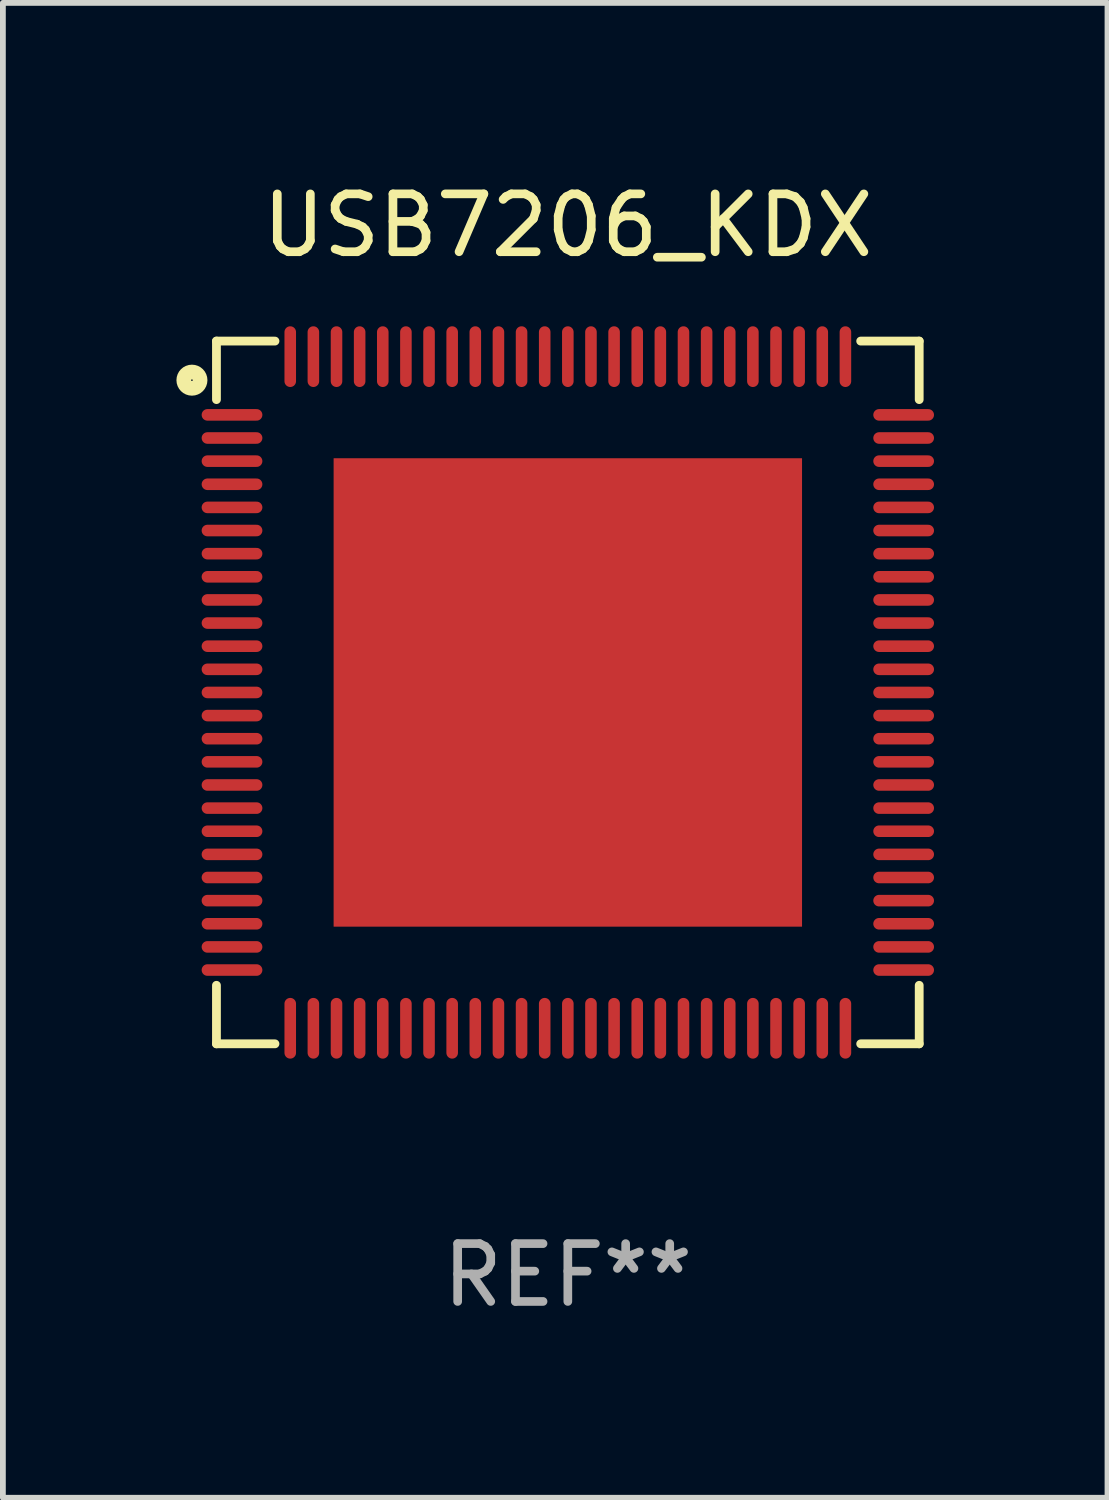
<source format=kicad_pcb>
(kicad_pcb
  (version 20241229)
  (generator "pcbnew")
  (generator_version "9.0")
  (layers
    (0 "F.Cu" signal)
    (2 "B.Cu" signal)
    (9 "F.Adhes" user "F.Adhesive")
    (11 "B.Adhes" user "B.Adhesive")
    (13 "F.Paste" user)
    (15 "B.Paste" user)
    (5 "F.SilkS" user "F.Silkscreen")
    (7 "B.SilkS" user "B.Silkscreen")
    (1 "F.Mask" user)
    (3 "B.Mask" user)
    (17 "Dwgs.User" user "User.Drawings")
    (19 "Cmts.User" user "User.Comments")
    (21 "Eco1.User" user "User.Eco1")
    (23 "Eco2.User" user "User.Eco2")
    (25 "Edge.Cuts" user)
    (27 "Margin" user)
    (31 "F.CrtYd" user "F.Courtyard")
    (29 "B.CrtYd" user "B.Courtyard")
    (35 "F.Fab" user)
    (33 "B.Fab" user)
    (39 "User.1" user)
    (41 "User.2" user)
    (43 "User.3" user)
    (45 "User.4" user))
  (footprint "USB7206_KDX"
    (layer "F.Cu")
    (at 6.769 8.924)
    (property "Reference" "USB7206_KDX" (at 0 -8.076 0) (layer "F.SilkS") (effects (font (size 1 1) (thickness 0.15))))
    (attr through_hole)
    (fp_line (start -6.076 -6.076) (end -5.064 -6.076) (stroke (width 0.152) (type solid)) (layer "F.SilkS"))
    (fp_line (start -6.076 -5.064) (end -6.076 -6.076) (stroke (width 0.152) (type solid)) (layer "F.SilkS"))
    (fp_line (start -6.076 5.064) (end -6.076 6.076) (stroke (width 0.152) (type solid)) (layer "F.SilkS"))
    (fp_line (start -6.076 6.076) (end -5.064 6.076) (stroke (width 0.152) (type solid)) (layer "F.SilkS"))
    (fp_line (start 6.076 -6.076) (end 5.064 -6.076) (stroke (width 0.152) (type solid)) (layer "F.SilkS"))
    (fp_line (start 6.076 -5.064) (end 6.076 -6.076) (stroke (width 0.152) (type solid)) (layer "F.SilkS"))
    (fp_line (start 6.076 5.064) (end 6.076 6.076) (stroke (width 0.152) (type solid)) (layer "F.SilkS"))
    (fp_line (start 6.076 6.076) (end 5.064 6.076) (stroke (width 0.152) (type solid)) (layer "F.SilkS"))
    (fp_circle (center -6.5 -5.4) (end -6.359 -5.4) (stroke (width 0.254) (type solid)) (fill no) (layer "F.SilkS"))
    (fp_text user "REF**" (at 0 10.076 0) (layer "F.Fab") (effects (font (size 1 1) (thickness 0.15))))
    (pad "1" smd oval (at -5.807 -4.8) (size 1.05 0.2) (layers "F.Cu" "F.Mask" "F.Paste"))
    (pad "2" smd oval (at -5.807 -4.4) (size 1.05 0.2) (layers "F.Cu" "F.Mask" "F.Paste"))
    (pad "3" smd oval (at -5.807 -4) (size 1.05 0.2) (layers "F.Cu" "F.Mask" "F.Paste"))
    (pad "4" smd oval (at -5.807 -3.6) (size 1.05 0.2) (layers "F.Cu" "F.Mask" "F.Paste"))
    (pad "5" smd oval (at -5.807 -3.2) (size 1.05 0.2) (layers "F.Cu" "F.Mask" "F.Paste"))
    (pad "6" smd oval (at -5.807 -2.8) (size 1.05 0.2) (layers "F.Cu" "F.Mask" "F.Paste"))
    (pad "7" smd oval (at -5.807 -2.4) (size 1.05 0.2) (layers "F.Cu" "F.Mask" "F.Paste"))
    (pad "8" smd oval (at -5.807 -2) (size 1.05 0.2) (layers "F.Cu" "F.Mask" "F.Paste"))
    (pad "9" smd oval (at -5.807 -1.6) (size 1.05 0.2) (layers "F.Cu" "F.Mask" "F.Paste"))
    (pad "10" smd oval (at -5.807 -1.2) (size 1.05 0.2) (layers "F.Cu" "F.Mask" "F.Paste"))
    (pad "11" smd oval (at -5.807 -0.8) (size 1.05 0.2) (layers "F.Cu" "F.Mask" "F.Paste"))
    (pad "12" smd oval (at -5.807 -0.4) (size 1.05 0.2) (layers "F.Cu" "F.Mask" "F.Paste"))
    (pad "13" smd oval (at -5.807 0.000025) (size 1.05 0.2) (layers "F.Cu" "F.Mask" "F.Paste"))
    (pad "14" smd oval (at -5.807 0.4) (size 1.05 0.2) (layers "F.Cu" "F.Mask" "F.Paste"))
    (pad "15" smd oval (at -5.807 0.8) (size 1.05 0.2) (layers "F.Cu" "F.Mask" "F.Paste"))
    (pad "16" smd oval (at -5.807 1.2) (size 1.05 0.2) (layers "F.Cu" "F.Mask" "F.Paste"))
    (pad "17" smd oval (at -5.807 1.6) (size 1.05 0.2) (layers "F.Cu" "F.Mask" "F.Paste"))
    (pad "18" smd oval (at -5.807 2) (size 1.05 0.2) (layers "F.Cu" "F.Mask" "F.Paste"))
    (pad "19" smd oval (at -5.807 2.4) (size 1.05 0.2) (layers "F.Cu" "F.Mask" "F.Paste"))
    (pad "20" smd oval (at -5.807 2.8) (size 1.05 0.2) (layers "F.Cu" "F.Mask" "F.Paste"))
    (pad "21" smd oval (at -5.807 3.2) (size 1.05 0.2) (layers "F.Cu" "F.Mask" "F.Paste"))
    (pad "22" smd oval (at -5.807 3.6) (size 1.05 0.2) (layers "F.Cu" "F.Mask" "F.Paste"))
    (pad "23" smd oval (at -5.807 4) (size 1.05 0.2) (layers "F.Cu" "F.Mask" "F.Paste"))
    (pad "24" smd oval (at -5.807 4.4) (size 1.05 0.2) (layers "F.Cu" "F.Mask" "F.Paste"))
    (pad "25" smd oval (at -5.807 4.8) (size 1.05 0.2) (layers "F.Cu" "F.Mask" "F.Paste"))
    (pad "26" smd oval (at -4.8 5.807) (size 0.2 1.05) (layers "F.Cu" "F.Mask" "F.Paste"))
    (pad "27" smd oval (at -4.4 5.807) (size 0.2 1.05) (layers "F.Cu" "F.Mask" "F.Paste"))
    (pad "28" smd oval (at -4 5.807) (size 0.2 1.05) (layers "F.Cu" "F.Mask" "F.Paste"))
    (pad "29" smd oval (at -3.6 5.807) (size 0.2 1.05) (layers "F.Cu" "F.Mask" "F.Paste"))
    (pad "30" smd oval (at -3.2 5.807) (size 0.2 1.05) (layers "F.Cu" "F.Mask" "F.Paste"))
    (pad "31" smd oval (at -2.8 5.807) (size 0.2 1.05) (layers "F.Cu" "F.Mask" "F.Paste"))
    (pad "32" smd oval (at -2.4 5.807) (size 0.2 1.05) (layers "F.Cu" "F.Mask" "F.Paste"))
    (pad "33" smd oval (at -2 5.807) (size 0.2 1.05) (layers "F.Cu" "F.Mask" "F.Paste"))
    (pad "34" smd oval (at -1.6 5.807) (size 0.2 1.05) (layers "F.Cu" "F.Mask" "F.Paste"))
    (pad "35" smd oval (at -1.2 5.807) (size 0.2 1.05) (layers "F.Cu" "F.Mask" "F.Paste"))
    (pad "36" smd oval (at -0.8 5.807) (size 0.2 1.05) (layers "F.Cu" "F.Mask" "F.Paste"))
    (pad "37" smd oval (at -0.4 5.807) (size 0.2 1.05) (layers "F.Cu" "F.Mask" "F.Paste"))
    (pad "38" smd oval (at -0.000025 5.807) (size 0.2 1.05) (layers "F.Cu" "F.Mask" "F.Paste"))
    (pad "39" smd oval (at 0.4 5.807) (size 0.2 1.05) (layers "F.Cu" "F.Mask" "F.Paste"))
    (pad "40" smd oval (at 0.8 5.807) (size 0.2 1.05) (layers "F.Cu" "F.Mask" "F.Paste"))
    (pad "41" smd oval (at 1.2 5.807) (size 0.2 1.05) (layers "F.Cu" "F.Mask" "F.Paste"))
    (pad "42" smd oval (at 1.6 5.807) (size 0.2 1.05) (layers "F.Cu" "F.Mask" "F.Paste"))
    (pad "43" smd oval (at 2 5.807) (size 0.2 1.05) (layers "F.Cu" "F.Mask" "F.Paste"))
    (pad "44" smd oval (at 2.4 5.807) (size 0.2 1.05) (layers "F.Cu" "F.Mask" "F.Paste"))
    (pad "45" smd oval (at 2.8 5.807) (size 0.2 1.05) (layers "F.Cu" "F.Mask" "F.Paste"))
    (pad "46" smd oval (at 3.2 5.807) (size 0.2 1.05) (layers "F.Cu" "F.Mask" "F.Paste"))
    (pad "47" smd oval (at 3.6 5.807) (size 0.2 1.05) (layers "F.Cu" "F.Mask" "F.Paste"))
    (pad "48" smd oval (at 4 5.807) (size 0.2 1.05) (layers "F.Cu" "F.Mask" "F.Paste"))
    (pad "49" smd oval (at 4.4 5.807) (size 0.2 1.05) (layers "F.Cu" "F.Mask" "F.Paste"))
    (pad "50" smd oval (at 4.8 5.807) (size 0.2 1.05) (layers "F.Cu" "F.Mask" "F.Paste"))
    (pad "51" smd oval (at 5.807 4.8) (size 1.05 0.2) (layers "F.Cu" "F.Mask" "F.Paste"))
    (pad "52" smd oval (at 5.807 4.4) (size 1.05 0.2) (layers "F.Cu" "F.Mask" "F.Paste"))
    (pad "53" smd oval (at 5.807 4) (size 1.05 0.2) (layers "F.Cu" "F.Mask" "F.Paste"))
    (pad "54" smd oval (at 5.807 3.6) (size 1.05 0.2) (layers "F.Cu" "F.Mask" "F.Paste"))
    (pad "55" smd oval (at 5.807 3.2) (size 1.05 0.2) (layers "F.Cu" "F.Mask" "F.Paste"))
    (pad "56" smd oval (at 5.807 2.8) (size 1.05 0.2) (layers "F.Cu" "F.Mask" "F.Paste"))
    (pad "57" smd oval (at 5.807 2.4) (size 1.05 0.2) (layers "F.Cu" "F.Mask" "F.Paste"))
    (pad "58" smd oval (at 5.807 2) (size 1.05 0.2) (layers "F.Cu" "F.Mask" "F.Paste"))
    (pad "59" smd oval (at 5.807 1.6) (size 1.05 0.2) (layers "F.Cu" "F.Mask" "F.Paste"))
    (pad "60" smd oval (at 5.807 1.2) (size 1.05 0.2) (layers "F.Cu" "F.Mask" "F.Paste"))
    (pad "61" smd oval (at 5.807 0.8) (size 1.05 0.2) (layers "F.Cu" "F.Mask" "F.Paste"))
    (pad "62" smd oval (at 5.807 0.4) (size 1.05 0.2) (layers "F.Cu" "F.Mask" "F.Paste"))
    (pad "63" smd oval (at 5.807 0.000025) (size 1.05 0.2) (layers "F.Cu" "F.Mask" "F.Paste"))
    (pad "64" smd oval (at 5.807 -0.4) (size 1.05 0.2) (layers "F.Cu" "F.Mask" "F.Paste"))
    (pad "65" smd oval (at 5.807 -0.8) (size 1.05 0.2) (layers "F.Cu" "F.Mask" "F.Paste"))
    (pad "66" smd oval (at 5.807 -1.2) (size 1.05 0.2) (layers "F.Cu" "F.Mask" "F.Paste"))
    (pad "67" smd oval (at 5.807 -1.6) (size 1.05 0.2) (layers "F.Cu" "F.Mask" "F.Paste"))
    (pad "68" smd oval (at 5.807 -2) (size 1.05 0.2) (layers "F.Cu" "F.Mask" "F.Paste"))
    (pad "69" smd oval (at 5.807 -2.4) (size 1.05 0.2) (layers "F.Cu" "F.Mask" "F.Paste"))
    (pad "70" smd oval (at 5.807 -2.8) (size 1.05 0.2) (layers "F.Cu" "F.Mask" "F.Paste"))
    (pad "71" smd oval (at 5.807 -3.2) (size 1.05 0.2) (layers "F.Cu" "F.Mask" "F.Paste"))
    (pad "72" smd oval (at 5.807 -3.6) (size 1.05 0.2) (layers "F.Cu" "F.Mask" "F.Paste"))
    (pad "73" smd oval (at 5.807 -4) (size 1.05 0.2) (layers "F.Cu" "F.Mask" "F.Paste"))
    (pad "74" smd oval (at 5.807 -4.4) (size 1.05 0.2) (layers "F.Cu" "F.Mask" "F.Paste"))
    (pad "75" smd oval (at 5.807 -4.8) (size 1.05 0.2) (layers "F.Cu" "F.Mask" "F.Paste"))
    (pad "76" smd oval (at 4.8 -5.807) (size 0.2 1.05) (layers "F.Cu" "F.Mask" "F.Paste"))
    (pad "77" smd oval (at 4.4 -5.807) (size 0.2 1.05) (layers "F.Cu" "F.Mask" "F.Paste"))
    (pad "78" smd oval (at 4 -5.807) (size 0.2 1.05) (layers "F.Cu" "F.Mask" "F.Paste"))
    (pad "79" smd oval (at 3.6 -5.807) (size 0.2 1.05) (layers "F.Cu" "F.Mask" "F.Paste"))
    (pad "80" smd oval (at 3.2 -5.807) (size 0.2 1.05) (layers "F.Cu" "F.Mask" "F.Paste"))
    (pad "81" smd oval (at 2.8 -5.807) (size 0.2 1.05) (layers "F.Cu" "F.Mask" "F.Paste"))
    (pad "82" smd oval (at 2.4 -5.807) (size 0.2 1.05) (layers "F.Cu" "F.Mask" "F.Paste"))
    (pad "83" smd oval (at 2 -5.807) (size 0.2 1.05) (layers "F.Cu" "F.Mask" "F.Paste"))
    (pad "84" smd oval (at 1.6 -5.807) (size 0.2 1.05) (layers "F.Cu" "F.Mask" "F.Paste"))
    (pad "85" smd oval (at 1.2 -5.807) (size 0.2 1.05) (layers "F.Cu" "F.Mask" "F.Paste"))
    (pad "86" smd oval (at 0.8 -5.807) (size 0.2 1.05) (layers "F.Cu" "F.Mask" "F.Paste"))
    (pad "87" smd oval (at 0.4 -5.807) (size 0.2 1.05) (layers "F.Cu" "F.Mask" "F.Paste"))
    (pad "88" smd oval (at -0.000025 -5.807) (size 0.2 1.05) (layers "F.Cu" "F.Mask" "F.Paste"))
    (pad "89" smd oval (at -0.4 -5.807) (size 0.2 1.05) (layers "F.Cu" "F.Mask" "F.Paste"))
    (pad "90" smd oval (at -0.8 -5.807) (size 0.2 1.05) (layers "F.Cu" "F.Mask" "F.Paste"))
    (pad "91" smd oval (at -1.2 -5.807) (size 0.2 1.05) (layers "F.Cu" "F.Mask" "F.Paste"))
    (pad "92" smd oval (at -1.6 -5.807) (size 0.2 1.05) (layers "F.Cu" "F.Mask" "F.Paste"))
    (pad "93" smd oval (at -2 -5.807) (size 0.2 1.05) (layers "F.Cu" "F.Mask" "F.Paste"))
    (pad "94" smd oval (at -2.4 -5.807) (size 0.2 1.05) (layers "F.Cu" "F.Mask" "F.Paste"))
    (pad "95" smd oval (at -2.8 -5.807) (size 0.2 1.05) (layers "F.Cu" "F.Mask" "F.Paste"))
    (pad "96" smd oval (at -3.2 -5.807) (size 0.2 1.05) (layers "F.Cu" "F.Mask" "F.Paste"))
    (pad "97" smd oval (at -3.6 -5.807) (size 0.2 1.05) (layers "F.Cu" "F.Mask" "F.Paste"))
    (pad "98" smd oval (at -4 -5.807) (size 0.2 1.05) (layers "F.Cu" "F.Mask" "F.Paste"))
    (pad "99" smd oval (at -4.4 -5.807) (size 0.2 1.05) (layers "F.Cu" "F.Mask" "F.Paste"))
    (pad "100" smd oval (at -4.8 -5.807) (size 0.2 1.05) (layers "F.Cu" "F.Mask" "F.Paste"))
    (pad "101" smd rect (at -0.000025 0.000025) (size 8.1 8.1) (layers "F.Cu" "F.Mask" "F.Paste")))
  (gr_rect
    (start -3 -3)
    (end 16.101 22.849)
    (stroke (width 0.1) (type default))
    (fill no)
    (layer "Edge.Cuts")))
</source>
